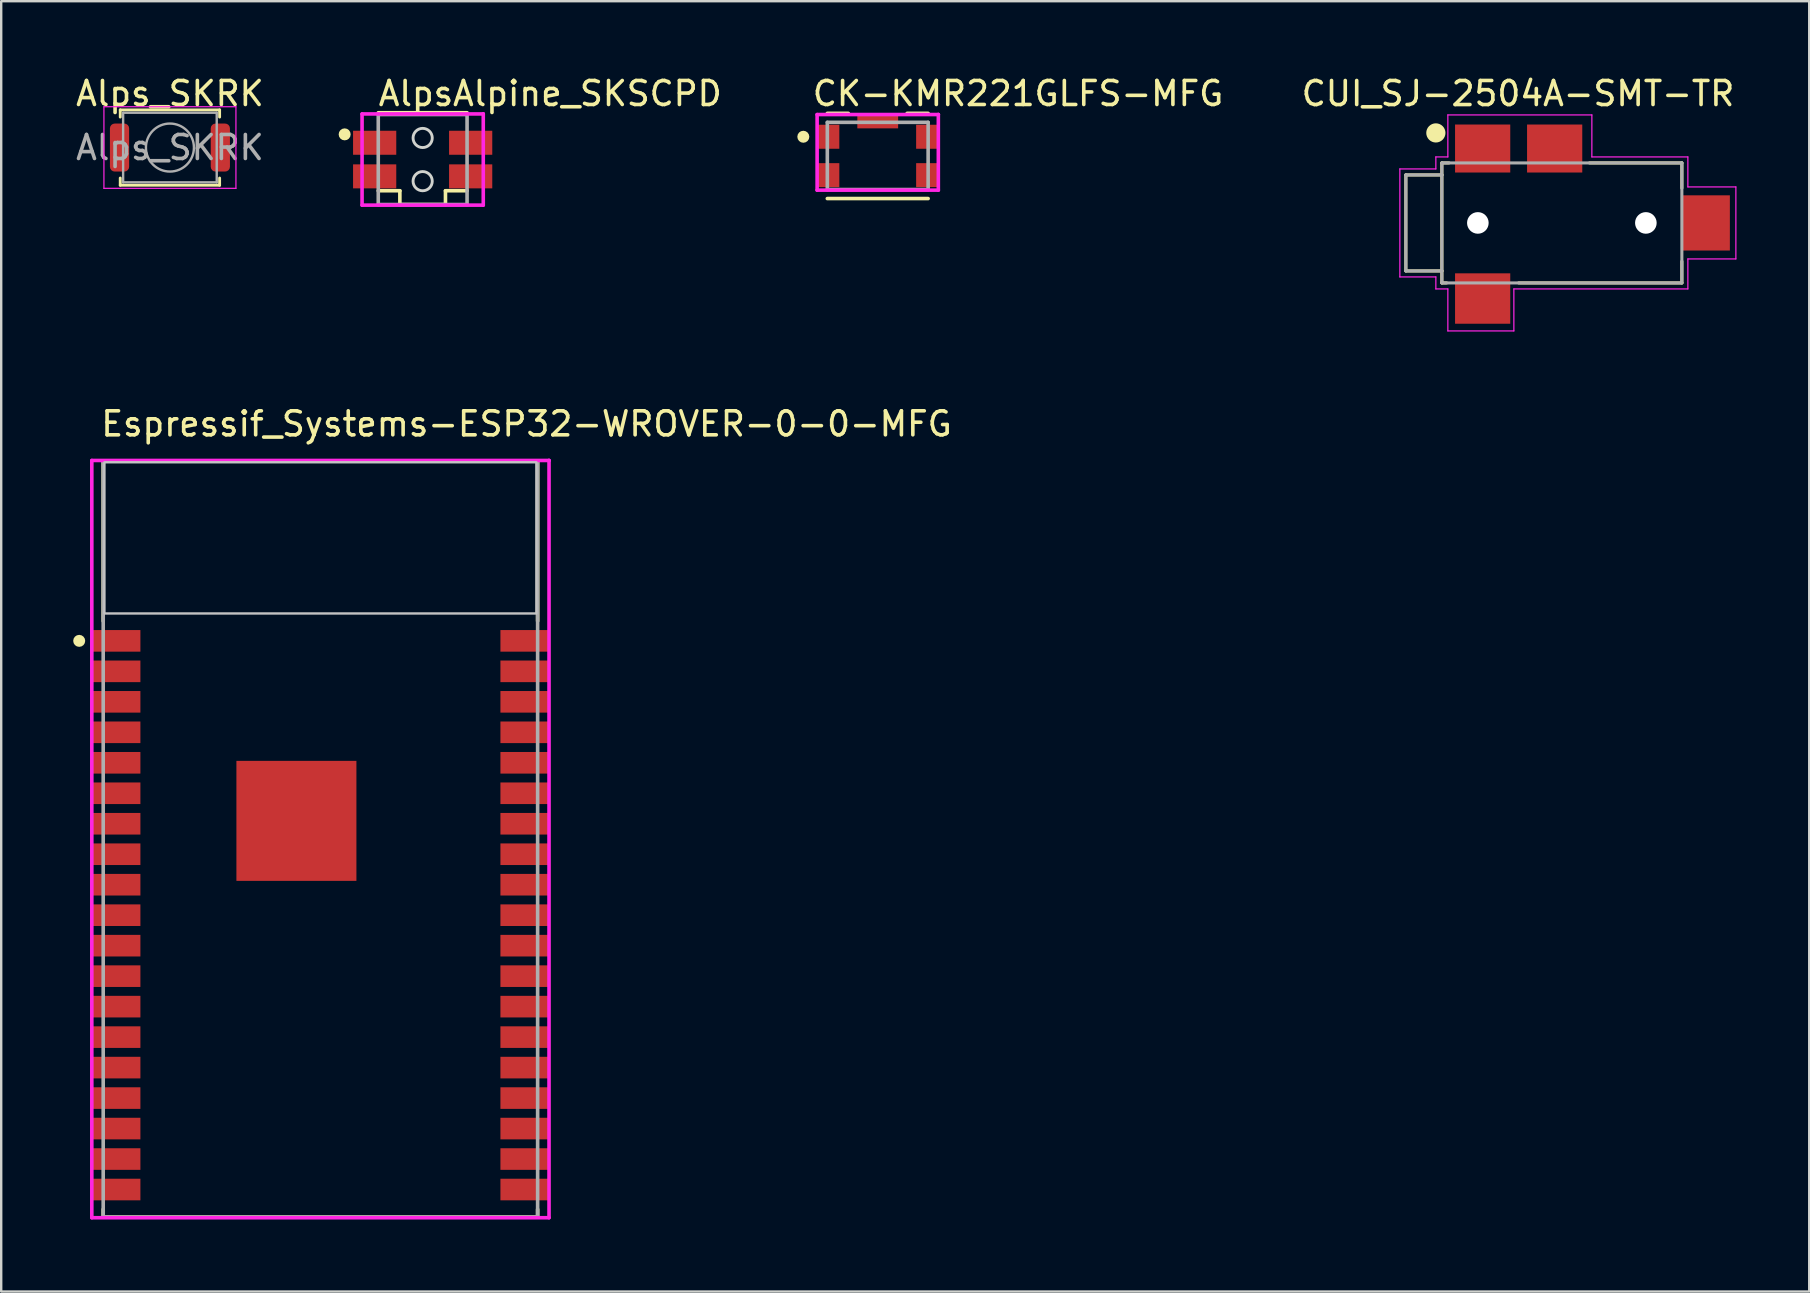
<source format=kicad_pcb>
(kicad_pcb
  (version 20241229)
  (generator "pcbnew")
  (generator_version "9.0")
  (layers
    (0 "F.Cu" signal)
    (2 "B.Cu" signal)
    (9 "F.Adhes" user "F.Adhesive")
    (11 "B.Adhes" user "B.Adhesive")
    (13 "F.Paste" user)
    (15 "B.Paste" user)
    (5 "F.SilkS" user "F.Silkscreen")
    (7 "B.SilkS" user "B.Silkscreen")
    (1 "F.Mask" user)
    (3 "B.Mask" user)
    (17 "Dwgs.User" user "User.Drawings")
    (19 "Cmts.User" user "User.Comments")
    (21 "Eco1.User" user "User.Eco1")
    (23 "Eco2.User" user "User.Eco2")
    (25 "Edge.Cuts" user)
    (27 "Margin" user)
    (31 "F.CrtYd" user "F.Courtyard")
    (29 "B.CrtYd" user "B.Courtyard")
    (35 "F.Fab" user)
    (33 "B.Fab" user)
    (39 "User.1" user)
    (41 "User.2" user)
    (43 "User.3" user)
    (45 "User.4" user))
  (footprint "AlpsAlpine_SKSCPD"
    (layer "F.Cu")
    (at 14.56 3.598)
    (property "Reference" "AlpsAlpine_SKSCPD" (at -1.925 -2.75 0) (layer "F.SilkS") (effects (font (size 1 1) (thickness 0.15)) (justify left)))
    (attr smd)
    (fp_line (start -1.85 1.3) (end -0.95 1.3) (stroke (width 0.15) (type solid)) (layer "F.SilkS"))
    (fp_line (start -0.95 1.3) (end -0.95 1.875) (stroke (width 0.15) (type solid)) (layer "F.SilkS"))
    (fp_line (start 0.95 1.3) (end 0.95 1.875) (stroke (width 0.15) (type solid)) (layer "F.SilkS"))
    (fp_line (start 0.95 1.3) (end 1.85 1.3) (stroke (width 0.15) (type solid)) (layer "F.SilkS"))
    (fp_line (start 0.95 1.875) (end -0.95 1.875) (stroke (width 0.15) (type solid)) (layer "F.SilkS"))
    (fp_line (start 1.85 -1.95) (end -1.85 -1.95) (stroke (width 0.15) (type solid)) (layer "F.SilkS"))
    (fp_circle (center -3.25 -1.05) (end -3.125 -1.05) (stroke (width 0.25) (type solid)) (fill no) (layer "F.SilkS"))
    (fp_circle (center 0 -0.9) (end 0.4 -0.9) (stroke (width 0.12) (type solid)) (fill no) (layer "Edge.Cuts"))
    (fp_circle (center 0 0.9) (end 0.4 0.9) (stroke (width 0.12) (type solid)) (fill no) (layer "Edge.Cuts"))
    (fp_line (start -2.525 -1.9) (end -2.525 1.9) (stroke (width 0.15) (type solid)) (layer "F.CrtYd"))
    (fp_line (start -2.525 1.9) (end 2.525 1.9) (stroke (width 0.15) (type solid)) (layer "F.CrtYd"))
    (fp_line (start 2.525 -1.9) (end -2.525 -1.9) (stroke (width 0.15) (type solid)) (layer "F.CrtYd"))
    (fp_line (start 2.525 -1.9) (end 2.525 -1.9) (stroke (width 0.15) (type solid)) (layer "F.CrtYd"))
    (fp_line (start 2.525 1.9) (end 2.525 -1.9) (stroke (width 0.15) (type solid)) (layer "F.CrtYd"))
    (fp_line (start -1.85 -1.875) (end 1.85 -1.875) (stroke (width 0.15) (type solid)) (layer "F.Fab"))
    (fp_line (start -1.85 1.875) (end -1.85 -1.875) (stroke (width 0.15) (type solid)) (layer "F.Fab"))
    (fp_line (start 1.85 -1.875) (end 1.85 1.875) (stroke (width 0.15) (type solid)) (layer "F.Fab"))
    (fp_line (start 1.85 1.875) (end -1.85 1.875) (stroke (width 0.15) (type solid)) (layer "F.Fab"))
    (pad "1" smd rect (at -2 -0.7) (size 1.8 1) (layers "F.Cu" "F.Mask" "F.Paste"))
    (pad "1'" smd rect (at 2 -0.7) (size 1.8 1) (layers "F.Cu" "F.Mask" "F.Paste"))
    (pad "2" smd rect (at -2 0.7) (size 1.8 1) (layers "F.Cu" "F.Mask" "F.Paste"))
    (pad "2'" smd rect (at 2 0.7) (size 1.8 1) (layers "F.Cu" "F.Mask" "F.Paste")))
  (footprint "Alps_SKRK"
    (layer "F.Cu")
    (at 4.03 3.098)
    (property "Reference" "Alps_SKRK" (at 0 -2.25 0) (layer "F.SilkS") (effects (font (size 1 1) (thickness 0.15))))
    (attr smd)
    (fp_line (start -2.07 -1.57) (end 2.07 -1.57) (stroke (width 0.12) (type solid)) (layer "F.SilkS"))
    (fp_line (start -2.07 -1.27) (end -2.07 -1.57) (stroke (width 0.12) (type solid)) (layer "F.SilkS"))
    (fp_line (start -2.07 1.57) (end -2.07 1.27) (stroke (width 0.12) (type solid)) (layer "F.SilkS"))
    (fp_line (start 2.07 -1.57) (end 2.07 -1.27) (stroke (width 0.12) (type solid)) (layer "F.SilkS"))
    (fp_line (start 2.07 1.27) (end 2.07 1.57) (stroke (width 0.12) (type solid)) (layer "F.SilkS"))
    (fp_line (start 2.07 1.57) (end -2.07 1.57) (stroke (width 0.12) (type solid)) (layer "F.SilkS"))
    (fp_line (start -2.75 -1.7) (end 2.75 -1.7) (stroke (width 0.05) (type solid)) (layer "F.CrtYd"))
    (fp_line (start -2.75 1.7) (end -2.75 -1.7) (stroke (width 0.05) (type solid)) (layer "F.CrtYd"))
    (fp_line (start 2.75 -1.7) (end 2.75 1.7) (stroke (width 0.05) (type solid)) (layer "F.CrtYd"))
    (fp_line (start 2.75 1.7) (end -2.75 1.7) (stroke (width 0.05) (type solid)) (layer "F.CrtYd"))
    (fp_line (start -1.95 -1.45) (end 1.95 -1.45) (stroke (width 0.1) (type solid)) (layer "F.Fab"))
    (fp_line (start -1.95 1.45) (end -1.95 -1.45) (stroke (width 0.1) (type solid)) (layer "F.Fab"))
    (fp_line (start 1.95 -1.45) (end 1.95 1.45) (stroke (width 0.1) (type solid)) (layer "F.Fab"))
    (fp_line (start 1.95 1.45) (end -1.95 1.45) (stroke (width 0.1) (type solid)) (layer "F.Fab"))
    (fp_circle (center 0 0) (end 1 0) (stroke (width 0.1) (type solid)) (fill no) (layer "F.Fab"))
    (fp_text user "${REFERENCE}" (at 0 0 0) (layer "F.Fab") (effects (font (size 1 1) (thickness 0.15))))
    (pad "1" smd roundrect (at -2.1 0) (size 0.8 2) (layers "F.Cu" "F.Mask" "F.Paste") (roundrect_rratio 0.25))
    (pad "2" smd roundrect (at 2.1 0) (size 0.8 2) (layers "F.Cu" "F.Mask" "F.Paste") (roundrect_rratio 0.25)))
  (footprint "CK-KMR221GLFS-MFG"
    (layer "F.Cu")
    (at 33.52 3.448)
    (property "Reference" "CK-KMR221GLFS-MFG" (at -2.8 -2.6 0) (layer "F.SilkS") (effects (font (size 1 1) (thickness 0.15)) (justify left)))
    (fp_line (start -2.1 -1.775) (end -1.225 -1.775) (stroke (width 0.15) (type solid)) (layer "F.SilkS"))
    (fp_line (start -2.1 1.775) (end 2.1 1.775) (stroke (width 0.15) (type solid)) (layer "F.SilkS"))
    (fp_line (start 2.1 -1.775) (end 1.225 -1.775) (stroke (width 0.15) (type solid)) (layer "F.SilkS"))
    (fp_circle (center -3.1 -0.8) (end -2.975 -0.8) (stroke (width 0.25) (type solid)) (fill no) (layer "F.SilkS"))
    (fp_line (start -2.525 -1.725) (end -2.525 1.425) (stroke (width 0.15) (type solid)) (layer "F.CrtYd"))
    (fp_line (start -2.525 1.425) (end 2.525 1.425) (stroke (width 0.15) (type solid)) (layer "F.CrtYd"))
    (fp_line (start 2.525 -1.725) (end -2.525 -1.725) (stroke (width 0.15) (type solid)) (layer "F.CrtYd"))
    (fp_line (start 2.525 -1.725) (end 2.525 -1.725) (stroke (width 0.15) (type solid)) (layer "F.CrtYd"))
    (fp_line (start 2.525 1.425) (end 2.525 -1.725) (stroke (width 0.15) (type solid)) (layer "F.CrtYd"))
    (fp_line (start -2.1 -1.4) (end 2.1 -1.4) (stroke (width 0.15) (type solid)) (layer "F.Fab"))
    (fp_line (start -2.1 1.4) (end -2.1 -1.4) (stroke (width 0.15) (type solid)) (layer "F.Fab"))
    (fp_line (start 2.1 -1.4) (end 2.1 1.4) (stroke (width 0.15) (type solid)) (layer "F.Fab"))
    (fp_line (start 2.1 1.4) (end -2.1 1.4) (stroke (width 0.15) (type solid)) (layer "F.Fab"))
    (pad "1" smd rect (at -2.05 -0.8) (size 0.9 1) (layers "F.Cu" "F.Mask" "F.Paste"))
    (pad "2" smd rect (at 2.05 -0.8) (size 0.9 1) (layers "F.Cu" "F.Mask" "F.Paste"))
    (pad "3" smd rect (at -2.05 0.8) (size 0.9 1) (layers "F.Cu" "F.Mask" "F.Paste"))
    (pad "4" smd rect (at 2.05 0.8) (size 0.9 1) (layers "F.Cu" "F.Mask" "F.Paste"))
    (pad "5" smd rect (at 0 -1.425) (size 1.7 0.55) (layers "F.Cu" "F.Mask" "F.Paste")))
  (footprint "CUI_SJ-2504A-SMT-TR"
    (layer "F.Cu")
    (at 62.024 6.238)
    (property "Reference" "CUI_SJ-2504A-SMT-TR" (at -1.827 -5.389 0) (layer "F.SilkS") (effects (font (size 1.001 1.001) (thickness 0.15))))
    (attr smd)
    (fp_line (start -6.5 -2) (end -6.5 2) (stroke (width 0.127) (type solid)) (layer "F.SilkS"))
    (fp_line (start -6.5 2) (end -5 2) (stroke (width 0.127) (type solid)) (layer "F.SilkS"))
    (fp_line (start -5 -2.5) (end -5 -2) (stroke (width 0.127) (type solid)) (layer "F.SilkS"))
    (fp_line (start -5 -2) (end -6.5 -2) (stroke (width 0.127) (type solid)) (layer "F.SilkS"))
    (fp_line (start -5 -2) (end -5 2) (stroke (width 0.127) (type solid)) (layer "F.SilkS"))
    (fp_line (start -5 2) (end -5 2.5) (stroke (width 0.127) (type solid)) (layer "F.SilkS"))
    (fp_line (start -5 2.5) (end -4.8 2.5) (stroke (width 0.127) (type solid)) (layer "F.SilkS"))
    (fp_line (start -4.7 -2.5) (end -5 -2.5) (stroke (width 0.127) (type solid)) (layer "F.SilkS"))
    (fp_line (start -1.8 2.5) (end 5 2.5) (stroke (width 0.127) (type solid)) (layer "F.SilkS"))
    (fp_line (start 5 -2.5) (end 1.15 -2.5) (stroke (width 0.127) (type solid)) (layer "F.SilkS"))
    (fp_line (start 5 -1.45) (end 5 -2.5) (stroke (width 0.127) (type solid)) (layer "F.SilkS"))
    (fp_line (start 5 2.5) (end 5 1.6) (stroke (width 0.127) (type solid)) (layer "F.SilkS"))
    (fp_circle (center -5.25 -3.75) (end -5.05 -3.75) (stroke (width 0.4) (type solid)) (fill no) (layer "F.SilkS"))
    (fp_line (start -6.75 -2.25) (end -5.25 -2.25) (stroke (width 0.05) (type solid)) (layer "F.CrtYd"))
    (fp_line (start -6.75 2.25) (end -6.75 -2.25) (stroke (width 0.05) (type solid)) (layer "F.CrtYd"))
    (fp_line (start -5.25 -2.75) (end -4.75 -2.75) (stroke (width 0.05) (type solid)) (layer "F.CrtYd"))
    (fp_line (start -5.25 -2.25) (end -5.25 -2.75) (stroke (width 0.05) (type solid)) (layer "F.CrtYd"))
    (fp_line (start -5.25 2.25) (end -6.75 2.25) (stroke (width 0.05) (type solid)) (layer "F.CrtYd"))
    (fp_line (start -5.25 2.75) (end -5.25 2.25) (stroke (width 0.05) (type solid)) (layer "F.CrtYd"))
    (fp_line (start -4.75 -4.5) (end 1.25 -4.5) (stroke (width 0.05) (type solid)) (layer "F.CrtYd"))
    (fp_line (start -4.75 -2.75) (end -4.75 -4.5) (stroke (width 0.05) (type solid)) (layer "F.CrtYd"))
    (fp_line (start -4.75 2.75) (end -5.25 2.75) (stroke (width 0.05) (type solid)) (layer "F.CrtYd"))
    (fp_line (start -4.75 4.5) (end -4.75 2.75) (stroke (width 0.05) (type solid)) (layer "F.CrtYd"))
    (fp_line (start -2 2.75) (end -2 4.5) (stroke (width 0.05) (type solid)) (layer "F.CrtYd"))
    (fp_line (start -2 4.5) (end -4.75 4.5) (stroke (width 0.05) (type solid)) (layer "F.CrtYd"))
    (fp_line (start 1.25 -4.5) (end 1.25 -2.75) (stroke (width 0.05) (type solid)) (layer "F.CrtYd"))
    (fp_line (start 1.25 -2.75) (end 5.25 -2.75) (stroke (width 0.05) (type solid)) (layer "F.CrtYd"))
    (fp_line (start 5.25 -2.75) (end 5.25 -1.5) (stroke (width 0.05) (type solid)) (layer "F.CrtYd"))
    (fp_line (start 5.25 -1.5) (end 7.25 -1.5) (stroke (width 0.05) (type solid)) (layer "F.CrtYd"))
    (fp_line (start 5.25 1.5) (end 5.25 2.75) (stroke (width 0.05) (type solid)) (layer "F.CrtYd"))
    (fp_line (start 5.25 2.75) (end -2 2.75) (stroke (width 0.05) (type solid)) (layer "F.CrtYd"))
    (fp_line (start 7.25 -1.5) (end 7.25 1.5) (stroke (width 0.05) (type solid)) (layer "F.CrtYd"))
    (fp_line (start 7.25 1.5) (end 5.25 1.5) (stroke (width 0.05) (type solid)) (layer "F.CrtYd"))
    (fp_line (start -6.5 -2) (end -6.5 2) (stroke (width 0.127) (type solid)) (layer "F.Fab"))
    (fp_line (start -6.5 2) (end -5 2) (stroke (width 0.127) (type solid)) (layer "F.Fab"))
    (fp_line (start -5 -2.5) (end 5 -2.5) (stroke (width 0.127) (type solid)) (layer "F.Fab"))
    (fp_line (start -5 -2) (end -6.5 -2) (stroke (width 0.127) (type solid)) (layer "F.Fab"))
    (fp_line (start -5 -2) (end -5 -2.5) (stroke (width 0.127) (type solid)) (layer "F.Fab"))
    (fp_line (start -5 2) (end -5 -2) (stroke (width 0.127) (type solid)) (layer "F.Fab"))
    (fp_line (start -5 2.5) (end -5 2) (stroke (width 0.127) (type solid)) (layer "F.Fab"))
    (fp_line (start 5 -2.5) (end 5 2.5) (stroke (width 0.127) (type solid)) (layer "F.Fab"))
    (fp_line (start 5 2.5) (end -5 2.5) (stroke (width 0.127) (type solid)) (layer "F.Fab"))
    (pad "" np_thru_hole circle (at -3.5 0) (size 0.9 0.9) (drill 0.9) (layers "*.Cu" "*.Mask"))
    (pad "" np_thru_hole circle (at 3.5 0) (size 0.9 0.9) (drill 0.9) (layers "*.Cu" "*.Mask"))
    (pad "1" smd rect (at -3.3 -3.1) (size 2.3 2) (layers "F.Cu" "F.Mask" "F.Paste"))
    (pad "2" smd rect (at 6 0) (size 2 2.3) (layers "F.Cu" "F.Mask" "F.Paste"))
    (pad "3" smd rect (at -0.3 -3.1) (size 2.3 2) (layers "F.Cu" "F.Mask" "F.Paste"))
    (pad "4" smd rect (at -3.3 3.15) (size 2.3 2.1) (layers "F.Cu" "F.Mask" "F.Paste")))
  (footprint "Espressif_Systems-ESP32-WROVER-0-0-MFG"
    (layer "F.Cu")
    (at 10.3 31.911)
    (property "Reference" "Espressif_Systems-ESP32-WROVER-0-0-MFG" (at -9.225 -17.3 0) (layer "F.SilkS") (effects (font (size 1 1) (thickness 0.15)) (justify left)))
    (fp_line (start -9.05 -15.75) (end 9.05 -15.75) (stroke (width 0.15) (type solid)) (layer "F.SilkS"))
    (fp_line (start -9.05 -9.085) (end -9.05 -15.75) (stroke (width 0.15) (type solid)) (layer "F.SilkS"))
    (fp_line (start -9.05 15.75) (end -9.05 15.425) (stroke (width 0.15) (type solid)) (layer "F.SilkS"))
    (fp_line (start -9.05 15.75) (end 9.05 15.75) (stroke (width 0.15) (type solid)) (layer "F.SilkS"))
    (fp_line (start 9.05 -9.085) (end 9.05 -15.75) (stroke (width 0.15) (type solid)) (layer "F.SilkS"))
    (fp_line (start 9.05 15.75) (end 9.05 15.425) (stroke (width 0.15) (type solid)) (layer "F.SilkS"))
    (fp_circle (center -10.05 -8.26) (end -9.925 -8.26) (stroke (width 0.25) (type solid)) (fill no) (layer "F.SilkS"))
    (fp_poly (pts (xy -9 -15.7) (xy 9 -15.7) (xy 9 -9.4) (xy -9 -9.4)) (stroke (width 0.1) (type solid)) (fill no) (layer "Dwgs.User"))
    (fp_line (start -9.525 -15.775) (end -9.525 15.775) (stroke (width 0.15) (type solid)) (layer "F.CrtYd"))
    (fp_line (start -9.525 15.775) (end 9.525 15.775) (stroke (width 0.15) (type solid)) (layer "F.CrtYd"))
    (fp_line (start 9.525 -15.775) (end -9.525 -15.775) (stroke (width 0.15) (type solid)) (layer "F.CrtYd"))
    (fp_line (start 9.525 -15.775) (end 9.525 -15.775) (stroke (width 0.15) (type solid)) (layer "F.CrtYd"))
    (fp_line (start 9.525 15.775) (end 9.525 -15.775) (stroke (width 0.15) (type solid)) (layer "F.CrtYd"))
    (fp_line (start -9.05 -15.75) (end 9.05 -15.75) (stroke (width 0.15) (type solid)) (layer "F.Fab"))
    (fp_line (start -9.05 15.75) (end -9.05 -15.75) (stroke (width 0.15) (type solid)) (layer "F.Fab"))
    (fp_line (start 9.05 -15.75) (end 9.05 15.75) (stroke (width 0.15) (type solid)) (layer "F.Fab"))
    (fp_line (start 9.05 15.75) (end -9.05 15.75) (stroke (width 0.15) (type solid)) (layer "F.Fab"))
    (pad "1" smd rect (at -8.5 -8.26) (size 2 0.9) (layers "F.Cu" "F.Mask" "F.Paste"))
    (pad "2" smd rect (at -8.5 -6.99) (size 2 0.9) (layers "F.Cu" "F.Mask" "F.Paste"))
    (pad "3" smd rect (at -8.5 -5.72) (size 2 0.9) (layers "F.Cu" "F.Mask" "F.Paste"))
    (pad "4" smd rect (at -8.5 -4.45) (size 2 0.9) (layers "F.Cu" "F.Mask" "F.Paste"))
    (pad "5" smd rect (at -8.5 -3.18) (size 2 0.9) (layers "F.Cu" "F.Mask" "F.Paste"))
    (pad "6" smd rect (at -8.5 -1.91) (size 2 0.9) (layers "F.Cu" "F.Mask" "F.Paste"))
    (pad "7" smd rect (at -8.5 -0.64) (size 2 0.9) (layers "F.Cu" "F.Mask" "F.Paste"))
    (pad "8" smd rect (at -8.5 0.63) (size 2 0.9) (layers "F.Cu" "F.Mask" "F.Paste"))
    (pad "9" smd rect (at -8.5 1.9) (size 2 0.9) (layers "F.Cu" "F.Mask" "F.Paste"))
    (pad "10" smd rect (at -8.5 3.17) (size 2 0.9) (layers "F.Cu" "F.Mask" "F.Paste"))
    (pad "11" smd rect (at -8.5 4.44) (size 2 0.9) (layers "F.Cu" "F.Mask" "F.Paste"))
    (pad "12" smd rect (at -8.5 5.71) (size 2 0.9) (layers "F.Cu" "F.Mask" "F.Paste"))
    (pad "13" smd rect (at -8.5 6.98) (size 2 0.9) (layers "F.Cu" "F.Mask" "F.Paste"))
    (pad "14" smd rect (at -8.5 8.25) (size 2 0.9) (layers "F.Cu" "F.Mask" "F.Paste"))
    (pad "15" smd rect (at -8.5 9.52) (size 2 0.9) (layers "F.Cu" "F.Mask" "F.Paste"))
    (pad "16" smd rect (at -8.5 10.79) (size 2 0.9) (layers "F.Cu" "F.Mask" "F.Paste"))
    (pad "17" smd rect (at -8.5 12.06) (size 2 0.9) (layers "F.Cu" "F.Mask" "F.Paste"))
    (pad "18" smd rect (at -8.5 13.33) (size 2 0.9) (layers "F.Cu" "F.Mask" "F.Paste"))
    (pad "19" smd rect (at -8.5 14.6) (size 2 0.9) (layers "F.Cu" "F.Mask" "F.Paste"))
    (pad "20" smd rect (at 8.5 14.6) (size 2 0.9) (layers "F.Cu" "F.Mask" "F.Paste"))
    (pad "21" smd rect (at 8.5 13.33) (size 2 0.9) (layers "F.Cu" "F.Mask" "F.Paste"))
    (pad "22" smd rect (at 8.5 12.06) (size 2 0.9) (layers "F.Cu" "F.Mask" "F.Paste"))
    (pad "23" smd rect (at 8.5 10.79) (size 2 0.9) (layers "F.Cu" "F.Mask" "F.Paste"))
    (pad "24" smd rect (at 8.5 9.52) (size 2 0.9) (layers "F.Cu" "F.Mask" "F.Paste"))
    (pad "25" smd rect (at 8.5 8.25) (size 2 0.9) (layers "F.Cu" "F.Mask" "F.Paste"))
    (pad "26" smd rect (at 8.5 6.98) (size 2 0.9) (layers "F.Cu" "F.Mask" "F.Paste"))
    (pad "27" smd rect (at 8.5 5.71) (size 2 0.9) (layers "F.Cu" "F.Mask" "F.Paste"))
    (pad "28" smd rect (at 8.5 4.44) (size 2 0.9) (layers "F.Cu" "F.Mask" "F.Paste"))
    (pad "29" smd rect (at 8.5 3.17) (size 2 0.9) (layers "F.Cu" "F.Mask" "F.Paste"))
    (pad "30" smd rect (at 8.5 1.9) (size 2 0.9) (layers "F.Cu" "F.Mask" "F.Paste"))
    (pad "31" smd rect (at 8.5 0.63) (size 2 0.9) (layers "F.Cu" "F.Mask" "F.Paste"))
    (pad "32" smd rect (at 8.5 -0.64) (size 2 0.9) (layers "F.Cu" "F.Mask" "F.Paste"))
    (pad "33" smd rect (at 8.5 -1.91) (size 2 0.9) (layers "F.Cu" "F.Mask" "F.Paste"))
    (pad "34" smd rect (at 8.5 -3.18) (size 2 0.9) (layers "F.Cu" "F.Mask" "F.Paste"))
    (pad "35" smd rect (at 8.5 -4.45) (size 2 0.9) (layers "F.Cu" "F.Mask" "F.Paste"))
    (pad "36" smd rect (at 8.5 -5.72) (size 2 0.9) (layers "F.Cu" "F.Mask" "F.Paste"))
    (pad "37" smd rect (at 8.5 -6.99) (size 2 0.9) (layers "F.Cu" "F.Mask" "F.Paste"))
    (pad "38" smd rect (at 8.5 -8.26) (size 2 0.9) (layers "F.Cu" "F.Mask" "F.Paste"))
    (pad "39" smd rect (at -1 -0.76) (size 5 5) (layers "F.Cu" "F.Mask" "F.Paste")))
  (gr_rect
    (start -3 -3)
    (end 72.33 50.761)
    (stroke (width 0.1) (type default))
    (fill no)
    (layer "Edge.Cuts")))
</source>
